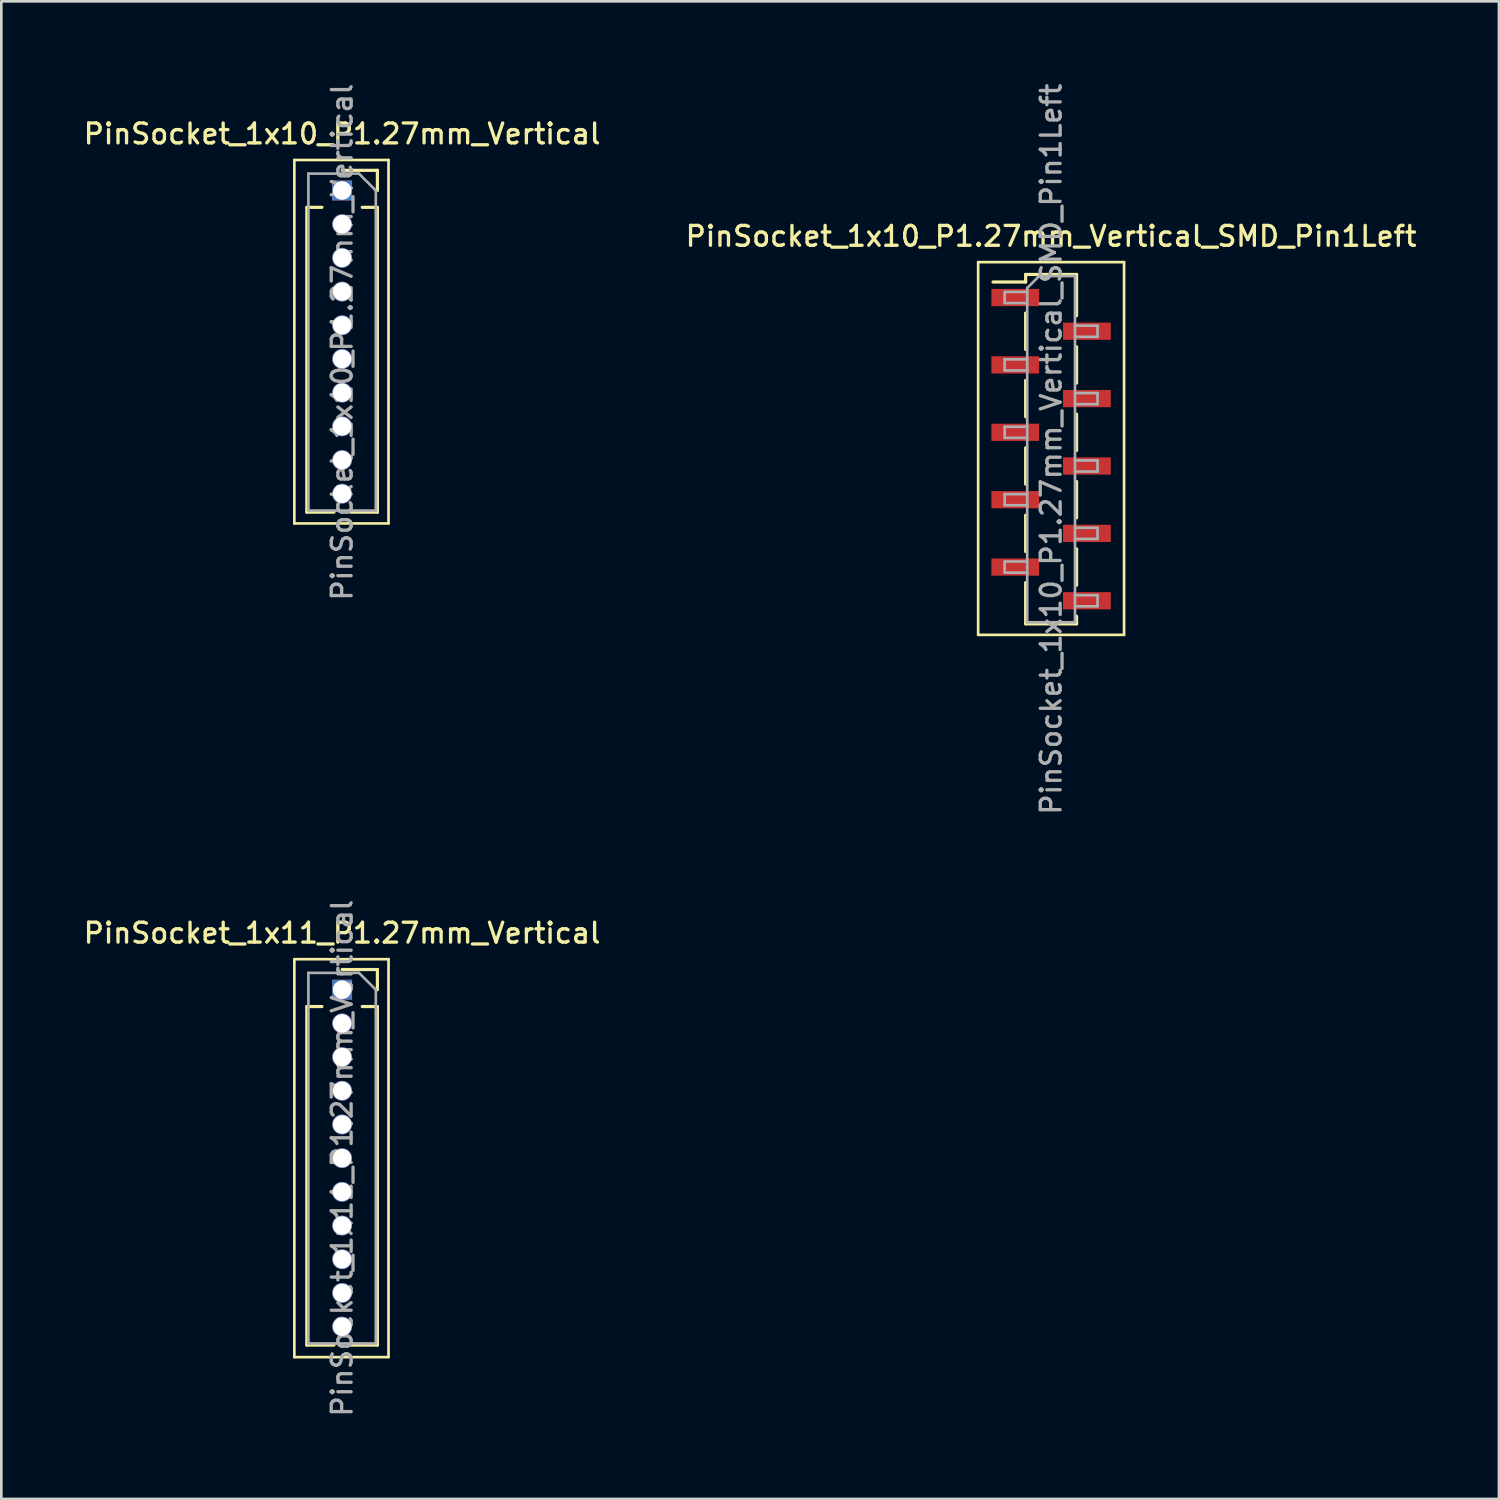
<source format=kicad_pcb>
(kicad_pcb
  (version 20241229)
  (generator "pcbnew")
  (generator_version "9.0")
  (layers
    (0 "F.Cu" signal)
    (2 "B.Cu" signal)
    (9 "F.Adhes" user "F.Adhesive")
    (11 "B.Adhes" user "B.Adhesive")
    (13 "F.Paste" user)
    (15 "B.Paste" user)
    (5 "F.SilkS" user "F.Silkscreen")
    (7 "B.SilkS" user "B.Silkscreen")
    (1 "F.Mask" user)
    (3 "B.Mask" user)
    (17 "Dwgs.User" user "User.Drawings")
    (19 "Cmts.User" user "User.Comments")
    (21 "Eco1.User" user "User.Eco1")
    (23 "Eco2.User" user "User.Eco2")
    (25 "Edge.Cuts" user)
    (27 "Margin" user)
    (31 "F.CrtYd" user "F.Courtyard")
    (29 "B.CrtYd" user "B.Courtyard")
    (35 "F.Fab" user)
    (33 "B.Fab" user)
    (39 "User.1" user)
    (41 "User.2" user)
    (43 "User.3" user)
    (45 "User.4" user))
  (footprint "PinSocket_1x10_P1.27mm_Vertical_SMD_Pin1Left"
    (layer "F.Cu")
    (at 36.57 13.88)
    (property "Reference" "PinSocket_1x10_P1.27mm_Vertical_SMD_Pin1Left" (at 0 -8.025 0) (layer "F.SilkS") (effects (font (size 0.75 0.75) (thickness 0.125))))
    (attr smd)
    (fp_line (start -2.75 -7.05) (end 2.75 -7.05) (stroke (width 0.1) (type solid)) (layer "F.SilkS"))
    (fp_line (start -2.75 7) (end -2.75 -7.05) (stroke (width 0.1) (type solid)) (layer "F.SilkS"))
    (fp_line (start -2.19 -6.3) (end -0.96 -6.3) (stroke (width 0.12) (type solid)) (layer "F.SilkS"))
    (fp_line (start -0.96 -6.585) (end -0.96 -6.3) (stroke (width 0.12) (type solid)) (layer "F.SilkS"))
    (fp_line (start -0.96 -6.585) (end 0.96 -6.585) (stroke (width 0.12) (type solid)) (layer "F.SilkS"))
    (fp_line (start -0.96 -5.13) (end -0.96 -3.76) (stroke (width 0.12) (type solid)) (layer "F.SilkS"))
    (fp_line (start -0.96 -2.59) (end -0.96 -1.22) (stroke (width 0.12) (type solid)) (layer "F.SilkS"))
    (fp_line (start -0.96 -0.05) (end -0.96 1.32) (stroke (width 0.12) (type solid)) (layer "F.SilkS"))
    (fp_line (start -0.96 2.49) (end -0.96 3.86) (stroke (width 0.12) (type solid)) (layer "F.SilkS"))
    (fp_line (start -0.96 5.03) (end -0.96 6.585) (stroke (width 0.12) (type solid)) (layer "F.SilkS"))
    (fp_line (start -0.96 6.585) (end 0.96 6.585) (stroke (width 0.12) (type solid)) (layer "F.SilkS"))
    (fp_line (start 0.96 -6.585) (end 0.96 -5.03) (stroke (width 0.12) (type solid)) (layer "F.SilkS"))
    (fp_line (start 0.96 -3.86) (end 0.96 -2.49) (stroke (width 0.12) (type solid)) (layer "F.SilkS"))
    (fp_line (start 0.96 -1.32) (end 0.96 0.05) (stroke (width 0.12) (type solid)) (layer "F.SilkS"))
    (fp_line (start 0.96 1.22) (end 0.96 2.59) (stroke (width 0.12) (type solid)) (layer "F.SilkS"))
    (fp_line (start 0.96 3.76) (end 0.96 5.13) (stroke (width 0.12) (type solid)) (layer "F.SilkS"))
    (fp_line (start 0.96 6.3) (end 0.96 6.585) (stroke (width 0.12) (type solid)) (layer "F.SilkS"))
    (fp_line (start 2.75 -7.05) (end 2.75 7) (stroke (width 0.1) (type solid)) (layer "F.SilkS"))
    (fp_line (start 2.75 7) (end -2.75 7) (stroke (width 0.1) (type solid)) (layer "F.SilkS"))
    (fp_line (start -1.75 -5.925) (end -0.9 -5.925) (stroke (width 0.1) (type solid)) (layer "F.Fab"))
    (fp_line (start -1.75 -5.505) (end -1.75 -5.925) (stroke (width 0.1) (type solid)) (layer "F.Fab"))
    (fp_line (start -1.75 -3.385) (end -0.9 -3.385) (stroke (width 0.1) (type solid)) (layer "F.Fab"))
    (fp_line (start -1.75 -2.965) (end -1.75 -3.385) (stroke (width 0.1) (type solid)) (layer "F.Fab"))
    (fp_line (start -1.75 -0.845) (end -0.9 -0.845) (stroke (width 0.1) (type solid)) (layer "F.Fab"))
    (fp_line (start -1.75 -0.425) (end -1.75 -0.845) (stroke (width 0.1) (type solid)) (layer "F.Fab"))
    (fp_line (start -1.75 1.695) (end -0.9 1.695) (stroke (width 0.1) (type solid)) (layer "F.Fab"))
    (fp_line (start -1.75 2.115) (end -1.75 1.695) (stroke (width 0.1) (type solid)) (layer "F.Fab"))
    (fp_line (start -1.75 4.235) (end -0.9 4.235) (stroke (width 0.1) (type solid)) (layer "F.Fab"))
    (fp_line (start -1.75 4.655) (end -1.75 4.235) (stroke (width 0.1) (type solid)) (layer "F.Fab"))
    (fp_line (start -0.9 -6.075) (end -0.45 -6.525) (stroke (width 0.1) (type solid)) (layer "F.Fab"))
    (fp_line (start -0.9 -5.505) (end -1.75 -5.505) (stroke (width 0.1) (type solid)) (layer "F.Fab"))
    (fp_line (start -0.9 -2.965) (end -1.75 -2.965) (stroke (width 0.1) (type solid)) (layer "F.Fab"))
    (fp_line (start -0.9 -0.425) (end -1.75 -0.425) (stroke (width 0.1) (type solid)) (layer "F.Fab"))
    (fp_line (start -0.9 2.115) (end -1.75 2.115) (stroke (width 0.1) (type solid)) (layer "F.Fab"))
    (fp_line (start -0.9 4.655) (end -1.75 4.655) (stroke (width 0.1) (type solid)) (layer "F.Fab"))
    (fp_line (start -0.9 6.525) (end -0.9 -6.075) (stroke (width 0.1) (type solid)) (layer "F.Fab"))
    (fp_line (start -0.45 -6.525) (end 0.9 -6.525) (stroke (width 0.1) (type solid)) (layer "F.Fab"))
    (fp_line (start 0.9 -6.525) (end 0.9 6.525) (stroke (width 0.1) (type solid)) (layer "F.Fab"))
    (fp_line (start 0.9 -4.655) (end 1.75 -4.655) (stroke (width 0.1) (type solid)) (layer "F.Fab"))
    (fp_line (start 0.9 -2.115) (end 1.75 -2.115) (stroke (width 0.1) (type solid)) (layer "F.Fab"))
    (fp_line (start 0.9 0.425) (end 1.75 0.425) (stroke (width 0.1) (type solid)) (layer "F.Fab"))
    (fp_line (start 0.9 2.965) (end 1.75 2.965) (stroke (width 0.1) (type solid)) (layer "F.Fab"))
    (fp_line (start 0.9 5.505) (end 1.75 5.505) (stroke (width 0.1) (type solid)) (layer "F.Fab"))
    (fp_line (start 0.9 6.525) (end -0.9 6.525) (stroke (width 0.1) (type solid)) (layer "F.Fab"))
    (fp_line (start 1.75 -4.655) (end 1.75 -4.235) (stroke (width 0.1) (type solid)) (layer "F.Fab"))
    (fp_line (start 1.75 -4.235) (end 0.9 -4.235) (stroke (width 0.1) (type solid)) (layer "F.Fab"))
    (fp_line (start 1.75 -2.115) (end 1.75 -1.695) (stroke (width 0.1) (type solid)) (layer "F.Fab"))
    (fp_line (start 1.75 -1.695) (end 0.9 -1.695) (stroke (width 0.1) (type solid)) (layer "F.Fab"))
    (fp_line (start 1.75 0.425) (end 1.75 0.845) (stroke (width 0.1) (type solid)) (layer "F.Fab"))
    (fp_line (start 1.75 0.845) (end 0.9 0.845) (stroke (width 0.1) (type solid)) (layer "F.Fab"))
    (fp_line (start 1.75 2.965) (end 1.75 3.385) (stroke (width 0.1) (type solid)) (layer "F.Fab"))
    (fp_line (start 1.75 3.385) (end 0.9 3.385) (stroke (width 0.1) (type solid)) (layer "F.Fab"))
    (fp_line (start 1.75 5.505) (end 1.75 5.925) (stroke (width 0.1) (type solid)) (layer "F.Fab"))
    (fp_line (start 1.75 5.925) (end 0.9 5.925) (stroke (width 0.1) (type solid)) (layer "F.Fab"))
    (fp_text user "${REFERENCE}" (at 0 0 90) (layer "F.Fab") (effects (font (size 0.75 0.75) (thickness 0.125))))
    (pad "1" smd rect (at -1.35 -5.715) (size 1.8 0.65) (layers "F.Cu" "F.Mask" "F.Paste"))
    (pad "2" smd rect (at 1.35 -4.445) (size 1.8 0.65) (layers "F.Cu" "F.Mask" "F.Paste"))
    (pad "3" smd rect (at -1.35 -3.175) (size 1.8 0.65) (layers "F.Cu" "F.Mask" "F.Paste"))
    (pad "4" smd rect (at 1.35 -1.905) (size 1.8 0.65) (layers "F.Cu" "F.Mask" "F.Paste"))
    (pad "5" smd rect (at -1.35 -0.635) (size 1.8 0.65) (layers "F.Cu" "F.Mask" "F.Paste"))
    (pad "6" smd rect (at 1.35 0.635) (size 1.8 0.65) (layers "F.Cu" "F.Mask" "F.Paste"))
    (pad "7" smd rect (at -1.35 1.905) (size 1.8 0.65) (layers "F.Cu" "F.Mask" "F.Paste"))
    (pad "8" smd rect (at 1.35 3.175) (size 1.8 0.65) (layers "F.Cu" "F.Mask" "F.Paste"))
    (pad "9" smd rect (at -1.35 4.445) (size 1.8 0.65) (layers "F.Cu" "F.Mask" "F.Paste"))
    (pad "10" smd rect (at 1.35 5.715) (size 1.8 0.65) (layers "F.Cu" "F.Mask" "F.Paste")))
  (footprint "PinSocket_1x11_P1.27mm_Vertical"
    (layer "F.Cu")
    (at 9.845 34.255)
    (property "Reference" "PinSocket_1x11_P1.27mm_Vertical" (at 0 -2.135 0) (layer "F.SilkS") (effects (font (size 0.75 0.75) (thickness 0.125))))
    (attr through_hole)
    (fp_line (start -1.8 -1.15) (end 1.75 -1.15) (stroke (width 0.1) (type solid)) (layer "F.SilkS"))
    (fp_line (start -1.8 13.85) (end -1.8 -1.15) (stroke (width 0.1) (type solid)) (layer "F.SilkS"))
    (fp_line (start -1.33 0.635) (end -1.33 13.395) (stroke (width 0.12) (type solid)) (layer "F.SilkS"))
    (fp_line (start -1.33 0.635) (end -0.76 0.635) (stroke (width 0.12) (type solid)) (layer "F.SilkS"))
    (fp_line (start -1.33 13.395) (end -0.308 13.395) (stroke (width 0.12) (type solid)) (layer "F.SilkS"))
    (fp_line (start 0 -0.76) (end 1.33 -0.76) (stroke (width 0.12) (type solid)) (layer "F.SilkS"))
    (fp_line (start 0.308 13.395) (end 1.33 13.395) (stroke (width 0.12) (type solid)) (layer "F.SilkS"))
    (fp_line (start 0.76 0.635) (end 1.33 0.635) (stroke (width 0.12) (type solid)) (layer "F.SilkS"))
    (fp_line (start 1.33 -0.76) (end 1.33 0) (stroke (width 0.12) (type solid)) (layer "F.SilkS"))
    (fp_line (start 1.33 0.635) (end 1.33 13.395) (stroke (width 0.12) (type solid)) (layer "F.SilkS"))
    (fp_line (start 1.75 -1.15) (end 1.75 13.85) (stroke (width 0.1) (type solid)) (layer "F.SilkS"))
    (fp_line (start 1.75 13.85) (end -1.8 13.85) (stroke (width 0.1) (type solid)) (layer "F.SilkS"))
    (fp_line (start -1.27 -0.635) (end 0.635 -0.635) (stroke (width 0.1) (type solid)) (layer "F.Fab"))
    (fp_line (start -1.27 13.335) (end -1.27 -0.635) (stroke (width 0.1) (type solid)) (layer "F.Fab"))
    (fp_line (start 0.635 -0.635) (end 1.27 0) (stroke (width 0.1) (type solid)) (layer "F.Fab"))
    (fp_line (start 1.27 0) (end 1.27 13.335) (stroke (width 0.1) (type solid)) (layer "F.Fab"))
    (fp_line (start 1.27 13.335) (end -1.27 13.335) (stroke (width 0.1) (type solid)) (layer "F.Fab"))
    (fp_text user "${REFERENCE}" (at 0 6.35 90) (layer "F.Fab") (effects (font (size 0.75 0.75) (thickness 0.125))))
    (pad "1" thru_hole rect (at 0 0) (size 0.75 0.75) (drill 0.7) (layers "*.Cu" "*.Mask"))
    (pad "2" thru_hole oval (at 0 1.27) (size 0.75 0.75) (drill 0.7) (layers "*.Cu" "*.Mask"))
    (pad "3" thru_hole oval (at 0 2.54) (size 0.75 0.75) (drill 0.7) (layers "*.Cu" "*.Mask"))
    (pad "4" thru_hole oval (at 0 3.81) (size 0.75 0.75) (drill 0.7) (layers "*.Cu" "*.Mask"))
    (pad "5" thru_hole oval (at 0 5.08) (size 0.75 0.75) (drill 0.7) (layers "*.Cu" "*.Mask"))
    (pad "6" thru_hole oval (at 0 6.35) (size 0.75 0.75) (drill 0.7) (layers "*.Cu" "*.Mask"))
    (pad "7" thru_hole oval (at 0 7.62) (size 0.75 0.75) (drill 0.7) (layers "*.Cu" "*.Mask"))
    (pad "8" thru_hole oval (at 0 8.89) (size 0.75 0.75) (drill 0.7) (layers "*.Cu" "*.Mask"))
    (pad "9" thru_hole oval (at 0 10.16) (size 0.75 0.75) (drill 0.7) (layers "*.Cu" "*.Mask"))
    (pad "10" thru_hole oval (at 0 11.43) (size 0.75 0.75) (drill 0.7) (layers "*.Cu" "*.Mask"))
    (pad "11" thru_hole oval (at 0 12.7) (size 0.75 0.75) (drill 0.7) (layers "*.Cu" "*.Mask")))
  (footprint "PinSocket_1x10_P1.27mm_Vertical"
    (layer "F.Cu")
    (at 9.845 4.13)
    (property "Reference" "PinSocket_1x10_P1.27mm_Vertical" (at 0 -2.135 0) (layer "F.SilkS") (effects (font (size 0.75 0.75) (thickness 0.125))))
    (attr through_hole)
    (fp_line (start -1.8 -1.15) (end 1.75 -1.15) (stroke (width 0.1) (type solid)) (layer "F.SilkS"))
    (fp_line (start -1.8 12.55) (end -1.8 -1.15) (stroke (width 0.1) (type solid)) (layer "F.SilkS"))
    (fp_line (start -1.33 0.635) (end -1.33 12.125) (stroke (width 0.12) (type solid)) (layer "F.SilkS"))
    (fp_line (start -1.33 0.635) (end -0.76 0.635) (stroke (width 0.12) (type solid)) (layer "F.SilkS"))
    (fp_line (start -1.33 12.125) (end -0.308 12.125) (stroke (width 0.12) (type solid)) (layer "F.SilkS"))
    (fp_line (start 0 -0.76) (end 1.33 -0.76) (stroke (width 0.12) (type solid)) (layer "F.SilkS"))
    (fp_line (start 0.308 12.125) (end 1.33 12.125) (stroke (width 0.12) (type solid)) (layer "F.SilkS"))
    (fp_line (start 0.76 0.635) (end 1.33 0.635) (stroke (width 0.12) (type solid)) (layer "F.SilkS"))
    (fp_line (start 1.33 -0.76) (end 1.33 0) (stroke (width 0.12) (type solid)) (layer "F.SilkS"))
    (fp_line (start 1.33 0.635) (end 1.33 12.125) (stroke (width 0.12) (type solid)) (layer "F.SilkS"))
    (fp_line (start 1.75 -1.15) (end 1.75 12.55) (stroke (width 0.1) (type solid)) (layer "F.SilkS"))
    (fp_line (start 1.75 12.55) (end -1.8 12.55) (stroke (width 0.1) (type solid)) (layer "F.SilkS"))
    (fp_line (start -1.27 -0.635) (end 0.635 -0.635) (stroke (width 0.1) (type solid)) (layer "F.Fab"))
    (fp_line (start -1.27 12.065) (end -1.27 -0.635) (stroke (width 0.1) (type solid)) (layer "F.Fab"))
    (fp_line (start 0.635 -0.635) (end 1.27 0) (stroke (width 0.1) (type solid)) (layer "F.Fab"))
    (fp_line (start 1.27 0) (end 1.27 12.065) (stroke (width 0.1) (type solid)) (layer "F.Fab"))
    (fp_line (start 1.27 12.065) (end -1.27 12.065) (stroke (width 0.1) (type solid)) (layer "F.Fab"))
    (fp_text user "${REFERENCE}" (at 0 5.715 90) (layer "F.Fab") (effects (font (size 0.75 0.75) (thickness 0.125))))
    (pad "1" thru_hole rect (at 0 0) (size 0.75 0.75) (drill 0.7) (layers "*.Cu" "*.Mask"))
    (pad "2" thru_hole oval (at 0 1.27) (size 0.75 0.75) (drill 0.7) (layers "*.Cu" "*.Mask"))
    (pad "3" thru_hole oval (at 0 2.54) (size 0.75 0.75) (drill 0.7) (layers "*.Cu" "*.Mask"))
    (pad "4" thru_hole oval (at 0 3.81) (size 0.75 0.75) (drill 0.7) (layers "*.Cu" "*.Mask"))
    (pad "5" thru_hole oval (at 0 5.08) (size 0.75 0.75) (drill 0.7) (layers "*.Cu" "*.Mask"))
    (pad "6" thru_hole oval (at 0 6.35) (size 0.75 0.75) (drill 0.7) (layers "*.Cu" "*.Mask"))
    (pad "7" thru_hole oval (at 0 7.62) (size 0.75 0.75) (drill 0.7) (layers "*.Cu" "*.Mask"))
    (pad "8" thru_hole oval (at 0 8.89) (size 0.75 0.75) (drill 0.7) (layers "*.Cu" "*.Mask"))
    (pad "9" thru_hole oval (at 0 10.16) (size 0.75 0.75) (drill 0.7) (layers "*.Cu" "*.Mask"))
    (pad "10" thru_hole oval (at 0 11.43) (size 0.75 0.75) (drill 0.7) (layers "*.Cu" "*.Mask")))
  (gr_rect
    (start -3 -3)
    (end 53.45 53.45)
    (stroke (width 0.1) (type default))
    (fill no)
    (layer "Edge.Cuts")))
</source>
